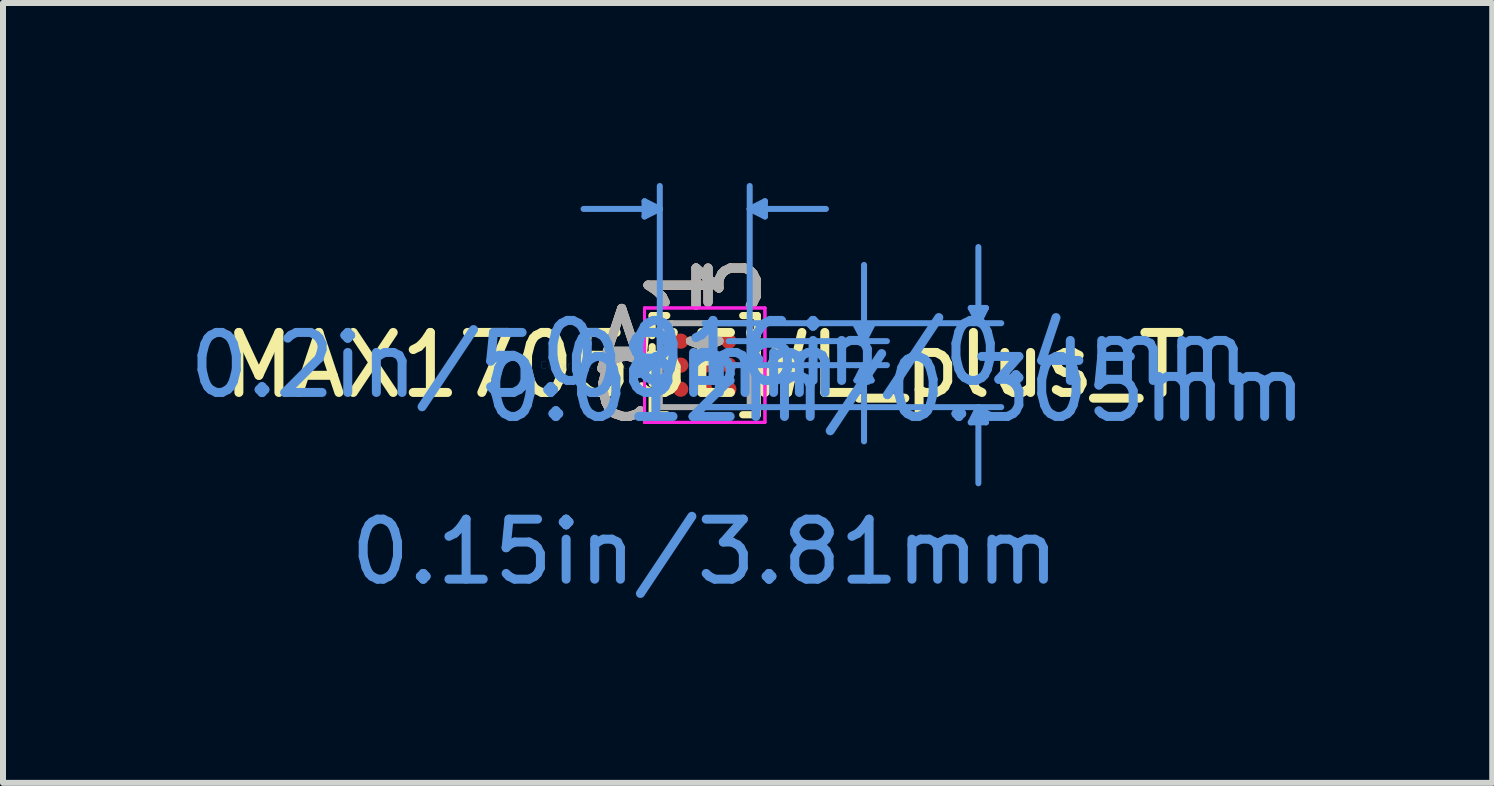
<source format=kicad_pcb>
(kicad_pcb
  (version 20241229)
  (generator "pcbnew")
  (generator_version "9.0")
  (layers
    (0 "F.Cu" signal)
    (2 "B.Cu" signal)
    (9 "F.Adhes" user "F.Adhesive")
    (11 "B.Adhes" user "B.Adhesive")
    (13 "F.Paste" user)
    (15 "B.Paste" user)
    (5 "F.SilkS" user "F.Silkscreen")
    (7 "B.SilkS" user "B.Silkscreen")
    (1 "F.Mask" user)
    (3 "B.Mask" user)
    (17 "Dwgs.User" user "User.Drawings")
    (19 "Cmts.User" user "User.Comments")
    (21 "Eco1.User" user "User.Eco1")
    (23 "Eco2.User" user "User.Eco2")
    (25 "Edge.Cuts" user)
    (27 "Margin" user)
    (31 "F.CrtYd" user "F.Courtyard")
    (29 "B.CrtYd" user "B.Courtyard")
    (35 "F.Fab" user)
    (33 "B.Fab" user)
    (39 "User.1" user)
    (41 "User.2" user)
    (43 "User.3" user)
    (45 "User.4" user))
  (footprint "MAX17055EWL_plus_T"
    (layer "F.Cu")
    (at 8.692 3.034)
    (property "Reference" "MAX17055EWL_plus_T" (at 0 0 0) (layer "F.SilkS") (effects (font (size 1 1) (thickness 0.15))))
    (attr through_hole)
    (fp_line (start -0.876 -0.826) (end -0.876 -0.492) (stroke (width 0.12) (type solid)) (layer "F.SilkS"))
    (fp_line (start -0.876 -0.308) (end -0.876 -0.092) (stroke (width 0.12) (type solid)) (layer "F.SilkS"))
    (fp_line (start -0.876 0.092) (end -0.876 0.308) (stroke (width 0.12) (type solid)) (layer "F.SilkS"))
    (fp_line (start -0.876 0.492) (end -0.876 0.826) (stroke (width 0.12) (type solid)) (layer "F.SilkS"))
    (fp_line (start -0.876 0.826) (end -0.633 0.826) (stroke (width 0.12) (type solid)) (layer "F.SilkS"))
    (fp_line (start -0.633 -0.826) (end -0.876 -0.826) (stroke (width 0.12) (type solid)) (layer "F.SilkS"))
    (fp_line (start 0.633 0.826) (end 0.876 0.826) (stroke (width 0.12) (type solid)) (layer "F.SilkS"))
    (fp_line (start 0.876 -0.826) (end 0.633 -0.826) (stroke (width 0.12) (type solid)) (layer "F.SilkS"))
    (fp_line (start 0.876 -0.492) (end 0.876 -0.826) (stroke (width 0.12) (type solid)) (layer "F.SilkS"))
    (fp_line (start 0.876 -0.092) (end 0.876 -0.308) (stroke (width 0.12) (type solid)) (layer "F.SilkS"))
    (fp_line (start 0.876 0.308) (end 0.876 0.092) (stroke (width 0.12) (type solid)) (layer "F.SilkS"))
    (fp_line (start 0.876 0.826) (end 0.876 0.492) (stroke (width 0.12) (type solid)) (layer "F.SilkS"))
    (fp_line (start -1.003 -2.731) (end -1.003 -2.477) (stroke (width 0.1) (type solid)) (layer "Cmts.User"))
    (fp_line (start -0.749 -2.603) (end -2.019 -2.603) (stroke (width 0.1) (type solid)) (layer "Cmts.User"))
    (fp_line (start -0.749 -2.603) (end -1.003 -2.731) (stroke (width 0.1) (type solid)) (layer "Cmts.User"))
    (fp_line (start -0.749 -2.603) (end -1.003 -2.477) (stroke (width 0.1) (type solid)) (layer "Cmts.User"))
    (fp_line (start -0.749 0) (end -0.749 -2.985) (stroke (width 0.1) (type solid)) (layer "Cmts.User"))
    (fp_line (start 0 -0.699) (end 4.94 -0.699) (stroke (width 0.1) (type solid)) (layer "Cmts.User"))
    (fp_line (start 0 0.699) (end 4.94 0.699) (stroke (width 0.1) (type solid)) (layer "Cmts.User"))
    (fp_line (start 0.4 -0.4) (end 3.035 -0.4) (stroke (width 0.1) (type solid)) (layer "Cmts.User"))
    (fp_line (start 0.4 0) (end 3.035 0) (stroke (width 0.1) (type solid)) (layer "Cmts.User"))
    (fp_line (start 0.749 -2.603) (end 1.003 -2.731) (stroke (width 0.1) (type solid)) (layer "Cmts.User"))
    (fp_line (start 0.749 -2.603) (end 1.003 -2.477) (stroke (width 0.1) (type solid)) (layer "Cmts.User"))
    (fp_line (start 0.749 -2.603) (end 2.019 -2.603) (stroke (width 0.1) (type solid)) (layer "Cmts.User"))
    (fp_line (start 0.749 0) (end 0.749 -2.985) (stroke (width 0.1) (type solid)) (layer "Cmts.User"))
    (fp_line (start 1.003 -2.731) (end 1.003 -2.477) (stroke (width 0.1) (type solid)) (layer "Cmts.User"))
    (fp_line (start 2.527 -0.654) (end 2.781 -0.654) (stroke (width 0.1) (type solid)) (layer "Cmts.User"))
    (fp_line (start 2.527 0.254) (end 2.781 0.254) (stroke (width 0.1) (type solid)) (layer "Cmts.User"))
    (fp_line (start 2.654 -0.4) (end 2.527 -0.654) (stroke (width 0.1) (type solid)) (layer "Cmts.User"))
    (fp_line (start 2.654 -0.4) (end 2.654 -1.67) (stroke (width 0.1) (type solid)) (layer "Cmts.User"))
    (fp_line (start 2.654 -0.4) (end 2.781 -0.654) (stroke (width 0.1) (type solid)) (layer "Cmts.User"))
    (fp_line (start 2.654 0) (end 2.527 0.254) (stroke (width 0.1) (type solid)) (layer "Cmts.User"))
    (fp_line (start 2.654 0) (end 2.654 1.27) (stroke (width 0.1) (type solid)) (layer "Cmts.User"))
    (fp_line (start 2.654 0) (end 2.781 0.254) (stroke (width 0.1) (type solid)) (layer "Cmts.User"))
    (fp_line (start 4.432 -0.953) (end 4.686 -0.953) (stroke (width 0.1) (type solid)) (layer "Cmts.User"))
    (fp_line (start 4.432 0.953) (end 4.686 0.953) (stroke (width 0.1) (type solid)) (layer "Cmts.User"))
    (fp_line (start 4.559 -0.699) (end 4.432 -0.953) (stroke (width 0.1) (type solid)) (layer "Cmts.User"))
    (fp_line (start 4.559 -0.699) (end 4.559 -1.968) (stroke (width 0.1) (type solid)) (layer "Cmts.User"))
    (fp_line (start 4.559 -0.699) (end 4.686 -0.953) (stroke (width 0.1) (type solid)) (layer "Cmts.User"))
    (fp_line (start 4.559 0.699) (end 4.432 0.953) (stroke (width 0.1) (type solid)) (layer "Cmts.User"))
    (fp_line (start 4.559 0.699) (end 4.559 1.968) (stroke (width 0.1) (type solid)) (layer "Cmts.User"))
    (fp_line (start 4.559 0.699) (end 4.686 0.953) (stroke (width 0.1) (type solid)) (layer "Cmts.User"))
    (fp_line (start -1.003 -0.953) (end 1.003 -0.953) (stroke (width 0.05) (type solid)) (layer "F.CrtYd"))
    (fp_line (start -1.003 -0.953) (end 1.003 -0.953) (stroke (width 0.05) (type solid)) (layer "F.CrtYd"))
    (fp_line (start -1.003 0.953) (end -1.003 -0.953) (stroke (width 0.05) (type solid)) (layer "F.CrtYd"))
    (fp_line (start -1.003 0.953) (end -1.003 -0.953) (stroke (width 0.05) (type solid)) (layer "F.CrtYd"))
    (fp_line (start 1.003 -0.953) (end 1.003 0.953) (stroke (width 0.05) (type solid)) (layer "F.CrtYd"))
    (fp_line (start 1.003 -0.953) (end 1.003 0.953) (stroke (width 0.05) (type solid)) (layer "F.CrtYd"))
    (fp_line (start 1.003 0.953) (end -1.003 0.953) (stroke (width 0.05) (type solid)) (layer "F.CrtYd"))
    (fp_line (start 1.003 0.953) (end -1.003 0.953) (stroke (width 0.05) (type solid)) (layer "F.CrtYd"))
    (fp_line (start -0.749 -0.699) (end -0.749 0.699) (stroke (width 0.1) (type solid)) (layer "F.Fab"))
    (fp_line (start -0.749 0.699) (end 0.749 0.699) (stroke (width 0.1) (type solid)) (layer "F.Fab"))
    (fp_line (start -0.549 -0.699) (end -0.749 -0.498) (stroke (width 0.1) (type solid)) (layer "F.Fab"))
    (fp_line (start 0.749 -0.699) (end -0.749 -0.699) (stroke (width 0.1) (type solid)) (layer "F.Fab"))
    (fp_line (start 0.749 0.699) (end 0.749 -0.699) (stroke (width 0.1) (type solid)) (layer "F.Fab"))
    (fp_text user "1" (at -0.4 -1.333 90) (layer "F.SilkS") (effects (font (size 1 1) (thickness 0.15))))
    (fp_text user "*" (at 0 0 0) (layer "F.SilkS") (effects (font (size 1 1) (thickness 0.15))))
    (fp_text user "C" (at -1.384 0.4 0) (layer "F.SilkS") (effects (font (size 1 1) (thickness 0.15))))
    (fp_text user "3" (at 0.4 -1.333 90) (layer "F.SilkS") (effects (font (size 1 1) (thickness 0.15))))
    (fp_text user "A" (at -1.384 -0.4 0) (layer "F.SilkS") (effects (font (size 1 1) (thickness 0.15))))
    (fp_text user "3" (at 0.4 -1.333 90) (layer "B.SilkS") (effects (font (size 1 1) (thickness 0.15))))
    (fp_text user "A" (at -1.384 -0.4 0) (layer "B.SilkS") (effects (font (size 1 1) (thickness 0.15))))
    (fp_text user "1" (at -0.4 -1.333 90) (layer "B.SilkS") (effects (font (size 1 1) (thickness 0.15))))
    (fp_text user "C" (at -1.384 0.4 0) (layer "B.SilkS") (effects (font (size 1 1) (thickness 0.15))))
    (fp_text user "0.15in/3.81mm" (at 0 3.111 0) (layer "Cmts.User") (effects (font (size 1 1) (thickness 0.15))))
    (fp_text user "0.016in/0.4mm" (at 3.162 -0.2 0) (layer "Cmts.User") (effects (font (size 1 1) (thickness 0.15))))
    (fp_text user "0.2in/5.08mm" (at -3.162 0 0) (layer "Cmts.User") (effects (font (size 1 1) (thickness 0.15))))
    (fp_text user "0.012in/0.305mm" (at 3.162 0.4 0) (layer "Cmts.User") (effects (font (size 1 1) (thickness 0.15))))
    (fp_text user "Copyright 2021 Accelerated Designs. All rights reserved." (at 0 0 0) (layer "Cmts.User") (effects (font (size 0.127 0.127) (thickness 0.002))))
    (fp_text user "A" (at -1.384 -0.4 0) (layer "F.Fab") (effects (font (size 1 1) (thickness 0.15))))
    (fp_text user "C" (at -1.384 0.4 0) (layer "F.Fab") (effects (font (size 1 1) (thickness 0.15))))
    (fp_text user "*" (at 0 0 0) (layer "F.Fab") (effects (font (size 1 1) (thickness 0.15))))
    (fp_text user "1" (at -0.4 -1.333 90) (layer "F.Fab") (effects (font (size 1 1) (thickness 0.15))))
    (fp_text user "3" (at 0.4 -1.333 90) (layer "F.Fab") (effects (font (size 1 1) (thickness 0.15))))
    (pad "A1" smd circle (at -0.4 -0.4) (size 0.254 0.254) (layers "F.Cu" "F.Mask" "F.Paste"))
    (pad "A2" smd circle (at 0 -0.4) (size 0.254 0.254) (layers "F.Cu" "F.Mask" "F.Paste"))
    (pad "A3" smd circle (at 0.4 -0.4) (size 0.254 0.254) (layers "F.Cu" "F.Mask" "F.Paste"))
    (pad "B1" smd circle (at -0.4 0) (size 0.254 0.254) (layers "F.Cu" "F.Mask" "F.Paste"))
    (pad "B2" smd circle (at 0 0) (size 0.254 0.254) (layers "F.Cu" "F.Mask" "F.Paste"))
    (pad "B3" smd circle (at 0.4 0) (size 0.254 0.254) (layers "F.Cu" "F.Mask" "F.Paste"))
    (pad "C1" smd circle (at -0.4 0.4) (size 0.254 0.254) (layers "F.Cu" "F.Mask" "F.Paste"))
    (pad "C2" smd circle (at 0 0.4) (size 0.254 0.254) (layers "F.Cu" "F.Mask" "F.Paste"))
    (pad "C3" smd circle (at 0.4 0.4) (size 0.254 0.254) (layers "F.Cu" "F.Mask" "F.Paste")))
  (gr_rect
    (start -3 -3)
    (end 21.813 9.994)
    (stroke (width 0.1) (type default))
    (fill no)
    (layer "Edge.Cuts")))
</source>
